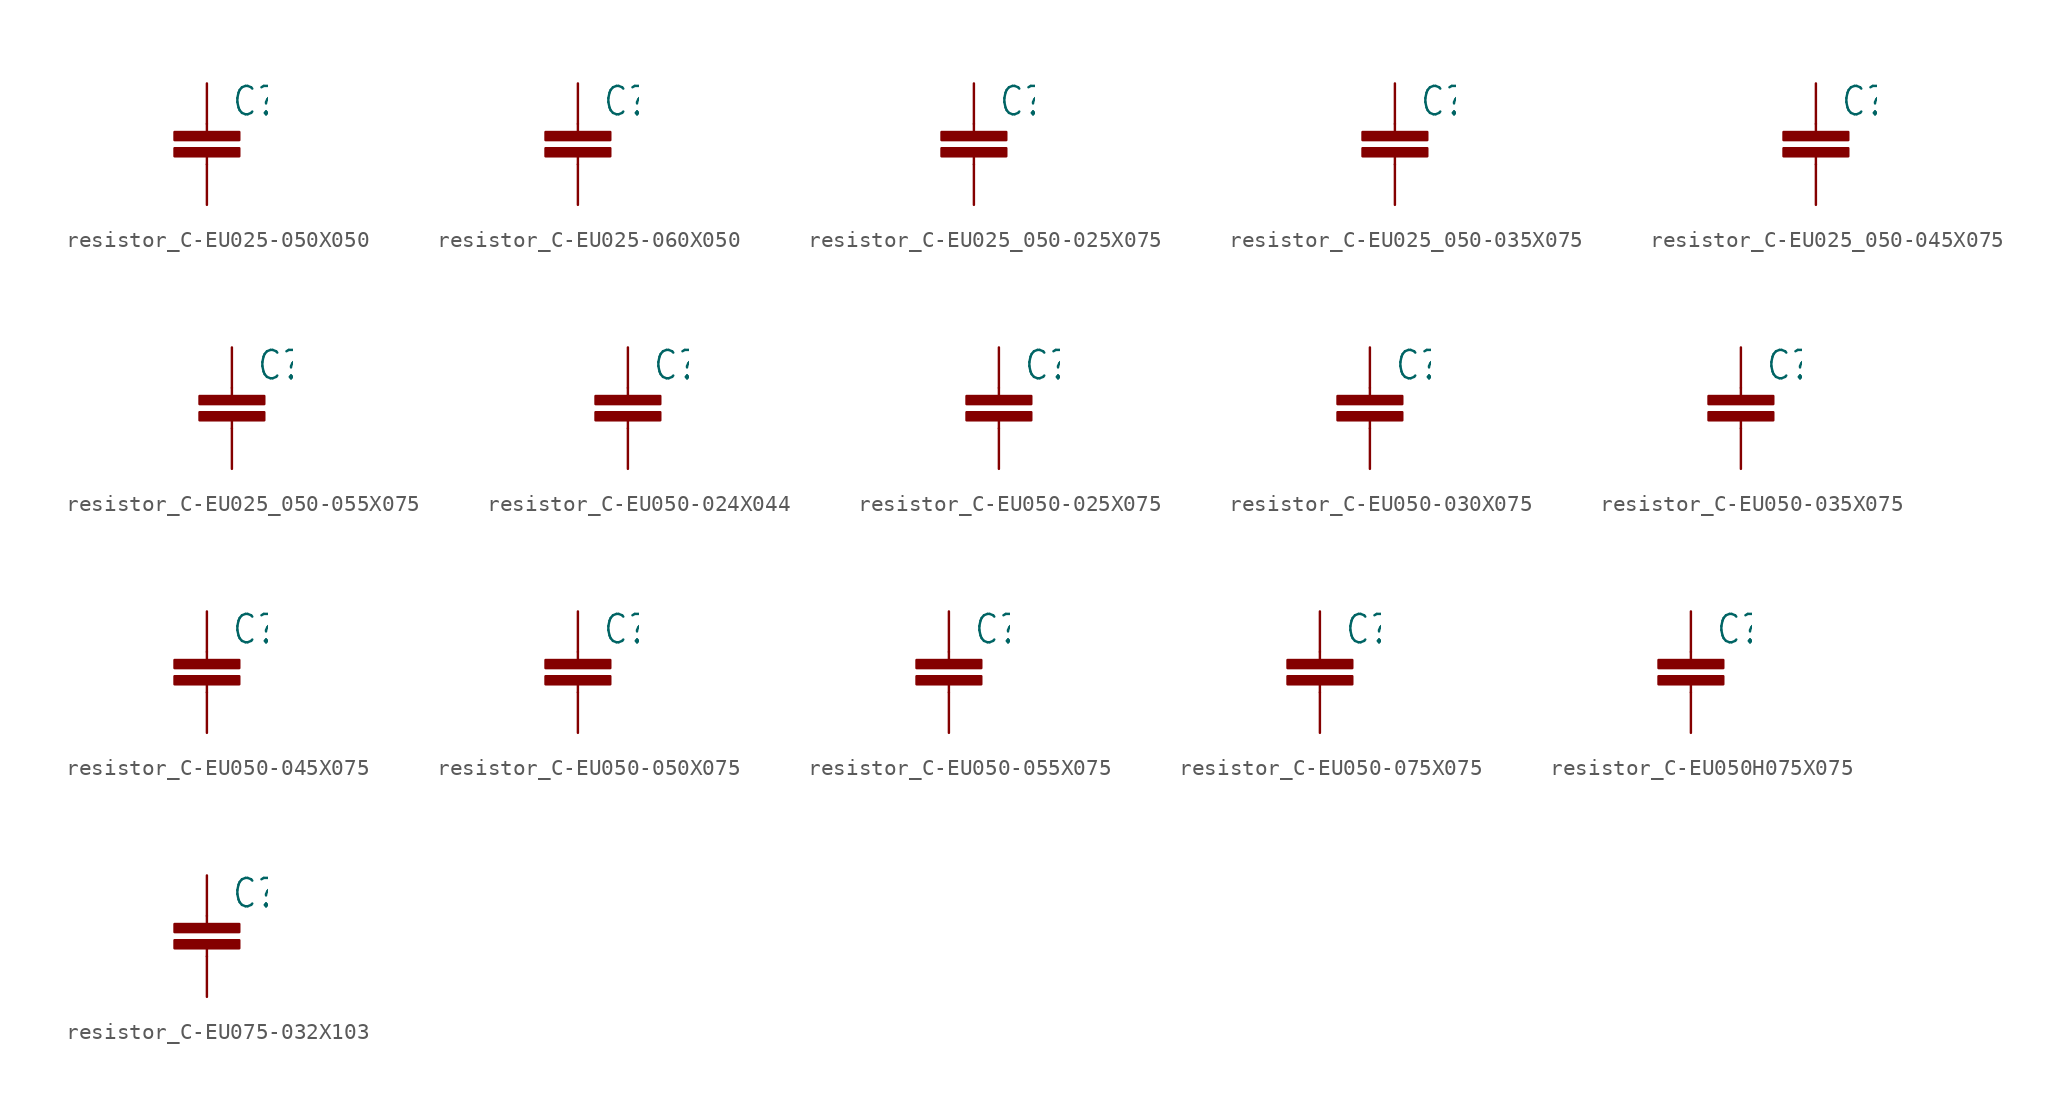
<source format=kicad_sym>
(kicad_symbol_lib
  (version 20231120)
  (generator "kicad_symbol_editor")
  (generator_version "8.0")
  (symbol "resistor_C-EU025-050X050"
    (property "Reference" "C"
      (at 1.524 0.381 0)
      (effects (font (size 1.778 1.511)) (justify left bottom)))
    (property "Value" ""
      (at 1.524 -4.699 0)
      (effects (font (size 1.778 1.511)) (justify left bottom)))
    (property "ki_locked" ""
      (at 0 0 0)
      (effects (font (size 1.27 1.27))))
    (symbol "resistor_C-EU025-050X050_1_0"
      (rectangle (start -2.032 -2.032) (end 2.032 -1.524) (stroke (width 0) (type default)) (fill (type outline)))
      (rectangle (start -2.032 -1.016) (end 2.032 -0.508) (stroke (width 0) (type default)) (fill (type outline)))
      (polyline (pts (xy 0 -2.54) (xy 0 -2.032)) (stroke (width 0.152) (type solid)) (fill (type none)))
      (polyline (pts (xy 0 0) (xy 0 -0.508)) (stroke (width 0.152) (type solid)) (fill (type none)))
      (pin passive line (at 0 2.54 270) (length 2.54) (name "1" (effects (font (size 0 0)))) (number "1" (effects (font (size 0 0)))))
      (pin passive line (at 0 -5.08 90) (length 2.54) (name "2" (effects (font (size 0 0)))) (number "2" (effects (font (size 0 0)))))))
  (symbol "resistor_C-EU025-060X050"
    (property "Reference" "C"
      (at 1.524 0.381 0)
      (effects (font (size 1.778 1.511)) (justify left bottom)))
    (property "Value" ""
      (at 1.524 -4.699 0)
      (effects (font (size 1.778 1.511)) (justify left bottom)))
    (property "ki_locked" ""
      (at 0 0 0)
      (effects (font (size 1.27 1.27))))
    (symbol "resistor_C-EU025-060X050_1_0"
      (rectangle (start -2.032 -2.032) (end 2.032 -1.524) (stroke (width 0) (type default)) (fill (type outline)))
      (rectangle (start -2.032 -1.016) (end 2.032 -0.508) (stroke (width 0) (type default)) (fill (type outline)))
      (polyline (pts (xy 0 -2.54) (xy 0 -2.032)) (stroke (width 0.152) (type solid)) (fill (type none)))
      (polyline (pts (xy 0 0) (xy 0 -0.508)) (stroke (width 0.152) (type solid)) (fill (type none)))
      (pin passive line (at 0 2.54 270) (length 2.54) (name "1" (effects (font (size 0 0)))) (number "1" (effects (font (size 0 0)))))
      (pin passive line (at 0 -5.08 90) (length 2.54) (name "2" (effects (font (size 0 0)))) (number "2" (effects (font (size 0 0)))))))
  (symbol "resistor_C-EU025_050-025X075"
    (property "Reference" "C"
      (at 1.524 0.381 0)
      (effects (font (size 1.778 1.511)) (justify left bottom)))
    (property "Value" ""
      (at 1.524 -4.699 0)
      (effects (font (size 1.778 1.511)) (justify left bottom)))
    (property "ki_locked" ""
      (at 0 0 0)
      (effects (font (size 1.27 1.27))))
    (symbol "resistor_C-EU025_050-025X075_1_0"
      (rectangle (start -2.032 -2.032) (end 2.032 -1.524) (stroke (width 0) (type default)) (fill (type outline)))
      (rectangle (start -2.032 -1.016) (end 2.032 -0.508) (stroke (width 0) (type default)) (fill (type outline)))
      (polyline (pts (xy 0 -2.54) (xy 0 -2.032)) (stroke (width 0.152) (type solid)) (fill (type none)))
      (polyline (pts (xy 0 0) (xy 0 -0.508)) (stroke (width 0.152) (type solid)) (fill (type none)))
      (pin passive line (at 0 2.54 270) (length 2.54) (name "1" (effects (font (size 0 0)))) (number "1" (effects (font (size 0 0)))))
      (pin passive line (at 0 -5.08 90) (length 2.54) (name "2" (effects (font (size 0 0)))) (number "2" (effects (font (size 0 0)))))))
  (symbol "resistor_C-EU025_050-035X075"
    (property "Reference" "C"
      (at 1.524 0.381 0)
      (effects (font (size 1.778 1.511)) (justify left bottom)))
    (property "Value" ""
      (at 1.524 -4.699 0)
      (effects (font (size 1.778 1.511)) (justify left bottom)))
    (property "ki_locked" ""
      (at 0 0 0)
      (effects (font (size 1.27 1.27))))
    (symbol "resistor_C-EU025_050-035X075_1_0"
      (rectangle (start -2.032 -2.032) (end 2.032 -1.524) (stroke (width 0) (type default)) (fill (type outline)))
      (rectangle (start -2.032 -1.016) (end 2.032 -0.508) (stroke (width 0) (type default)) (fill (type outline)))
      (polyline (pts (xy 0 -2.54) (xy 0 -2.032)) (stroke (width 0.152) (type solid)) (fill (type none)))
      (polyline (pts (xy 0 0) (xy 0 -0.508)) (stroke (width 0.152) (type solid)) (fill (type none)))
      (pin passive line (at 0 2.54 270) (length 2.54) (name "1" (effects (font (size 0 0)))) (number "1" (effects (font (size 0 0)))))
      (pin passive line (at 0 -5.08 90) (length 2.54) (name "2" (effects (font (size 0 0)))) (number "2" (effects (font (size 0 0)))))))
  (symbol "resistor_C-EU025_050-045X075"
    (property "Reference" "C"
      (at 1.524 0.381 0)
      (effects (font (size 1.778 1.511)) (justify left bottom)))
    (property "Value" ""
      (at 1.524 -4.699 0)
      (effects (font (size 1.778 1.511)) (justify left bottom)))
    (property "ki_locked" ""
      (at 0 0 0)
      (effects (font (size 1.27 1.27))))
    (symbol "resistor_C-EU025_050-045X075_1_0"
      (rectangle (start -2.032 -2.032) (end 2.032 -1.524) (stroke (width 0) (type default)) (fill (type outline)))
      (rectangle (start -2.032 -1.016) (end 2.032 -0.508) (stroke (width 0) (type default)) (fill (type outline)))
      (polyline (pts (xy 0 -2.54) (xy 0 -2.032)) (stroke (width 0.152) (type solid)) (fill (type none)))
      (polyline (pts (xy 0 0) (xy 0 -0.508)) (stroke (width 0.152) (type solid)) (fill (type none)))
      (pin passive line (at 0 2.54 270) (length 2.54) (name "1" (effects (font (size 0 0)))) (number "1" (effects (font (size 0 0)))))
      (pin passive line (at 0 -5.08 90) (length 2.54) (name "2" (effects (font (size 0 0)))) (number "2" (effects (font (size 0 0)))))))
  (symbol "resistor_C-EU025_050-055X075"
    (property "Reference" "C"
      (at 1.524 0.381 0)
      (effects (font (size 1.778 1.511)) (justify left bottom)))
    (property "Value" ""
      (at 1.524 -4.699 0)
      (effects (font (size 1.778 1.511)) (justify left bottom)))
    (property "ki_locked" ""
      (at 0 0 0)
      (effects (font (size 1.27 1.27))))
    (symbol "resistor_C-EU025_050-055X075_1_0"
      (rectangle (start -2.032 -2.032) (end 2.032 -1.524) (stroke (width 0) (type default)) (fill (type outline)))
      (rectangle (start -2.032 -1.016) (end 2.032 -0.508) (stroke (width 0) (type default)) (fill (type outline)))
      (polyline (pts (xy 0 -2.54) (xy 0 -2.032)) (stroke (width 0.152) (type solid)) (fill (type none)))
      (polyline (pts (xy 0 0) (xy 0 -0.508)) (stroke (width 0.152) (type solid)) (fill (type none)))
      (pin passive line (at 0 2.54 270) (length 2.54) (name "1" (effects (font (size 0 0)))) (number "1" (effects (font (size 0 0)))))
      (pin passive line (at 0 -5.08 90) (length 2.54) (name "2" (effects (font (size 0 0)))) (number "2" (effects (font (size 0 0)))))))
  (symbol "resistor_C-EU050-024X044"
    (property "Reference" "C"
      (at 1.524 0.381 0)
      (effects (font (size 1.778 1.511)) (justify left bottom)))
    (property "Value" ""
      (at 1.524 -4.699 0)
      (effects (font (size 1.778 1.511)) (justify left bottom)))
    (property "ki_locked" ""
      (at 0 0 0)
      (effects (font (size 1.27 1.27))))
    (symbol "resistor_C-EU050-024X044_1_0"
      (rectangle (start -2.032 -2.032) (end 2.032 -1.524) (stroke (width 0) (type default)) (fill (type outline)))
      (rectangle (start -2.032 -1.016) (end 2.032 -0.508) (stroke (width 0) (type default)) (fill (type outline)))
      (polyline (pts (xy 0 -2.54) (xy 0 -2.032)) (stroke (width 0.152) (type solid)) (fill (type none)))
      (polyline (pts (xy 0 0) (xy 0 -0.508)) (stroke (width 0.152) (type solid)) (fill (type none)))
      (pin passive line (at 0 2.54 270) (length 2.54) (name "1" (effects (font (size 0 0)))) (number "1" (effects (font (size 0 0)))))
      (pin passive line (at 0 -5.08 90) (length 2.54) (name "2" (effects (font (size 0 0)))) (number "2" (effects (font (size 0 0)))))))
  (symbol "resistor_C-EU050-025X075"
    (property "Reference" "C"
      (at 1.524 0.381 0)
      (effects (font (size 1.778 1.511)) (justify left bottom)))
    (property "Value" ""
      (at 1.524 -4.699 0)
      (effects (font (size 1.778 1.511)) (justify left bottom)))
    (property "ki_locked" ""
      (at 0 0 0)
      (effects (font (size 1.27 1.27))))
    (symbol "resistor_C-EU050-025X075_1_0"
      (rectangle (start -2.032 -2.032) (end 2.032 -1.524) (stroke (width 0) (type default)) (fill (type outline)))
      (rectangle (start -2.032 -1.016) (end 2.032 -0.508) (stroke (width 0) (type default)) (fill (type outline)))
      (polyline (pts (xy 0 -2.54) (xy 0 -2.032)) (stroke (width 0.152) (type solid)) (fill (type none)))
      (polyline (pts (xy 0 0) (xy 0 -0.508)) (stroke (width 0.152) (type solid)) (fill (type none)))
      (pin passive line (at 0 2.54 270) (length 2.54) (name "1" (effects (font (size 0 0)))) (number "1" (effects (font (size 0 0)))))
      (pin passive line (at 0 -5.08 90) (length 2.54) (name "2" (effects (font (size 0 0)))) (number "2" (effects (font (size 0 0)))))))
  (symbol "resistor_C-EU050-030X075"
    (property "Reference" "C"
      (at 1.524 0.381 0)
      (effects (font (size 1.778 1.511)) (justify left bottom)))
    (property "Value" ""
      (at 1.524 -4.699 0)
      (effects (font (size 1.778 1.511)) (justify left bottom)))
    (property "ki_locked" ""
      (at 0 0 0)
      (effects (font (size 1.27 1.27))))
    (symbol "resistor_C-EU050-030X075_1_0"
      (rectangle (start -2.032 -2.032) (end 2.032 -1.524) (stroke (width 0) (type default)) (fill (type outline)))
      (rectangle (start -2.032 -1.016) (end 2.032 -0.508) (stroke (width 0) (type default)) (fill (type outline)))
      (polyline (pts (xy 0 -2.54) (xy 0 -2.032)) (stroke (width 0.152) (type solid)) (fill (type none)))
      (polyline (pts (xy 0 0) (xy 0 -0.508)) (stroke (width 0.152) (type solid)) (fill (type none)))
      (pin passive line (at 0 2.54 270) (length 2.54) (name "1" (effects (font (size 0 0)))) (number "1" (effects (font (size 0 0)))))
      (pin passive line (at 0 -5.08 90) (length 2.54) (name "2" (effects (font (size 0 0)))) (number "2" (effects (font (size 0 0)))))))
  (symbol "resistor_C-EU050-035X075"
    (property "Reference" "C"
      (at 1.524 0.381 0)
      (effects (font (size 1.778 1.511)) (justify left bottom)))
    (property "Value" ""
      (at 1.524 -4.699 0)
      (effects (font (size 1.778 1.511)) (justify left bottom)))
    (property "ki_locked" ""
      (at 0 0 0)
      (effects (font (size 1.27 1.27))))
    (symbol "resistor_C-EU050-035X075_1_0"
      (rectangle (start -2.032 -2.032) (end 2.032 -1.524) (stroke (width 0) (type default)) (fill (type outline)))
      (rectangle (start -2.032 -1.016) (end 2.032 -0.508) (stroke (width 0) (type default)) (fill (type outline)))
      (polyline (pts (xy 0 -2.54) (xy 0 -2.032)) (stroke (width 0.152) (type solid)) (fill (type none)))
      (polyline (pts (xy 0 0) (xy 0 -0.508)) (stroke (width 0.152) (type solid)) (fill (type none)))
      (pin passive line (at 0 2.54 270) (length 2.54) (name "1" (effects (font (size 0 0)))) (number "1" (effects (font (size 0 0)))))
      (pin passive line (at 0 -5.08 90) (length 2.54) (name "2" (effects (font (size 0 0)))) (number "2" (effects (font (size 0 0)))))))
  (symbol "resistor_C-EU050-045X075"
    (property "Reference" "C"
      (at 1.524 0.381 0)
      (effects (font (size 1.778 1.511)) (justify left bottom)))
    (property "Value" ""
      (at 1.524 -4.699 0)
      (effects (font (size 1.778 1.511)) (justify left bottom)))
    (property "ki_locked" ""
      (at 0 0 0)
      (effects (font (size 1.27 1.27))))
    (symbol "resistor_C-EU050-045X075_1_0"
      (rectangle (start -2.032 -2.032) (end 2.032 -1.524) (stroke (width 0) (type default)) (fill (type outline)))
      (rectangle (start -2.032 -1.016) (end 2.032 -0.508) (stroke (width 0) (type default)) (fill (type outline)))
      (polyline (pts (xy 0 -2.54) (xy 0 -2.032)) (stroke (width 0.152) (type solid)) (fill (type none)))
      (polyline (pts (xy 0 0) (xy 0 -0.508)) (stroke (width 0.152) (type solid)) (fill (type none)))
      (pin passive line (at 0 2.54 270) (length 2.54) (name "1" (effects (font (size 0 0)))) (number "1" (effects (font (size 0 0)))))
      (pin passive line (at 0 -5.08 90) (length 2.54) (name "2" (effects (font (size 0 0)))) (number "2" (effects (font (size 0 0)))))))
  (symbol "resistor_C-EU050-050X075"
    (property "Reference" "C"
      (at 1.524 0.381 0)
      (effects (font (size 1.778 1.511)) (justify left bottom)))
    (property "Value" ""
      (at 1.524 -4.699 0)
      (effects (font (size 1.778 1.511)) (justify left bottom)))
    (property "ki_locked" ""
      (at 0 0 0)
      (effects (font (size 1.27 1.27))))
    (symbol "resistor_C-EU050-050X075_1_0"
      (rectangle (start -2.032 -2.032) (end 2.032 -1.524) (stroke (width 0) (type default)) (fill (type outline)))
      (rectangle (start -2.032 -1.016) (end 2.032 -0.508) (stroke (width 0) (type default)) (fill (type outline)))
      (polyline (pts (xy 0 -2.54) (xy 0 -2.032)) (stroke (width 0.152) (type solid)) (fill (type none)))
      (polyline (pts (xy 0 0) (xy 0 -0.508)) (stroke (width 0.152) (type solid)) (fill (type none)))
      (pin passive line (at 0 2.54 270) (length 2.54) (name "1" (effects (font (size 0 0)))) (number "1" (effects (font (size 0 0)))))
      (pin passive line (at 0 -5.08 90) (length 2.54) (name "2" (effects (font (size 0 0)))) (number "2" (effects (font (size 0 0)))))))
  (symbol "resistor_C-EU050-055X075"
    (property "Reference" "C"
      (at 1.524 0.381 0)
      (effects (font (size 1.778 1.511)) (justify left bottom)))
    (property "Value" ""
      (at 1.524 -4.699 0)
      (effects (font (size 1.778 1.511)) (justify left bottom)))
    (property "ki_locked" ""
      (at 0 0 0)
      (effects (font (size 1.27 1.27))))
    (symbol "resistor_C-EU050-055X075_1_0"
      (rectangle (start -2.032 -2.032) (end 2.032 -1.524) (stroke (width 0) (type default)) (fill (type outline)))
      (rectangle (start -2.032 -1.016) (end 2.032 -0.508) (stroke (width 0) (type default)) (fill (type outline)))
      (polyline (pts (xy 0 -2.54) (xy 0 -2.032)) (stroke (width 0.152) (type solid)) (fill (type none)))
      (polyline (pts (xy 0 0) (xy 0 -0.508)) (stroke (width 0.152) (type solid)) (fill (type none)))
      (pin passive line (at 0 2.54 270) (length 2.54) (name "1" (effects (font (size 0 0)))) (number "1" (effects (font (size 0 0)))))
      (pin passive line (at 0 -5.08 90) (length 2.54) (name "2" (effects (font (size 0 0)))) (number "2" (effects (font (size 0 0)))))))
  (symbol "resistor_C-EU050-075X075"
    (property "Reference" "C"
      (at 1.524 0.381 0)
      (effects (font (size 1.778 1.511)) (justify left bottom)))
    (property "Value" ""
      (at 1.524 -4.699 0)
      (effects (font (size 1.778 1.511)) (justify left bottom)))
    (property "ki_locked" ""
      (at 0 0 0)
      (effects (font (size 1.27 1.27))))
    (symbol "resistor_C-EU050-075X075_1_0"
      (rectangle (start -2.032 -2.032) (end 2.032 -1.524) (stroke (width 0) (type default)) (fill (type outline)))
      (rectangle (start -2.032 -1.016) (end 2.032 -0.508) (stroke (width 0) (type default)) (fill (type outline)))
      (polyline (pts (xy 0 -2.54) (xy 0 -2.032)) (stroke (width 0.152) (type solid)) (fill (type none)))
      (polyline (pts (xy 0 0) (xy 0 -0.508)) (stroke (width 0.152) (type solid)) (fill (type none)))
      (pin passive line (at 0 2.54 270) (length 2.54) (name "1" (effects (font (size 0 0)))) (number "1" (effects (font (size 0 0)))))
      (pin passive line (at 0 -5.08 90) (length 2.54) (name "2" (effects (font (size 0 0)))) (number "2" (effects (font (size 0 0)))))))
  (symbol "resistor_C-EU050H075X075"
    (property "Reference" "C"
      (at 1.524 0.381 0)
      (effects (font (size 1.778 1.511)) (justify left bottom)))
    (property "Value" ""
      (at 1.524 -4.699 0)
      (effects (font (size 1.778 1.511)) (justify left bottom)))
    (property "ki_locked" ""
      (at 0 0 0)
      (effects (font (size 1.27 1.27))))
    (symbol "resistor_C-EU050H075X075_1_0"
      (rectangle (start -2.032 -2.032) (end 2.032 -1.524) (stroke (width 0) (type default)) (fill (type outline)))
      (rectangle (start -2.032 -1.016) (end 2.032 -0.508) (stroke (width 0) (type default)) (fill (type outline)))
      (polyline (pts (xy 0 -2.54) (xy 0 -2.032)) (stroke (width 0.152) (type solid)) (fill (type none)))
      (polyline (pts (xy 0 0) (xy 0 -0.508)) (stroke (width 0.152) (type solid)) (fill (type none)))
      (pin passive line (at 0 2.54 270) (length 2.54) (name "1" (effects (font (size 0 0)))) (number "1" (effects (font (size 0 0)))))
      (pin passive line (at 0 -5.08 90) (length 2.54) (name "2" (effects (font (size 0 0)))) (number "2" (effects (font (size 0 0)))))))
  (symbol "resistor_C-EU075-032X103"
    (property "Reference" "C"
      (at 1.524 0.381 0)
      (effects (font (size 1.778 1.511)) (justify left bottom)))
    (property "Value" ""
      (at 1.524 -4.699 0)
      (effects (font (size 1.778 1.511)) (justify left bottom)))
    (property "ki_locked" ""
      (at 0 0 0)
      (effects (font (size 1.27 1.27))))
    (symbol "resistor_C-EU075-032X103_1_0"
      (rectangle (start -2.032 -2.032) (end 2.032 -1.524) (stroke (width 0) (type default)) (fill (type outline)))
      (rectangle (start -2.032 -1.016) (end 2.032 -0.508) (stroke (width 0) (type default)) (fill (type outline)))
      (polyline (pts (xy 0 -2.54) (xy 0 -2.032)) (stroke (width 0.152) (type solid)) (fill (type none)))
      (polyline (pts (xy 0 0) (xy 0 -0.508)) (stroke (width 0.152) (type solid)) (fill (type none)))
      (pin passive line (at 0 2.54 270) (length 2.54) (name "1" (effects (font (size 0 0)))) (number "1" (effects (font (size 0 0)))))
      (pin passive line (at 0 -5.08 90) (length 2.54) (name "2" (effects (font (size 0 0)))) (number "2" (effects (font (size 0 0))))))))
</source>
